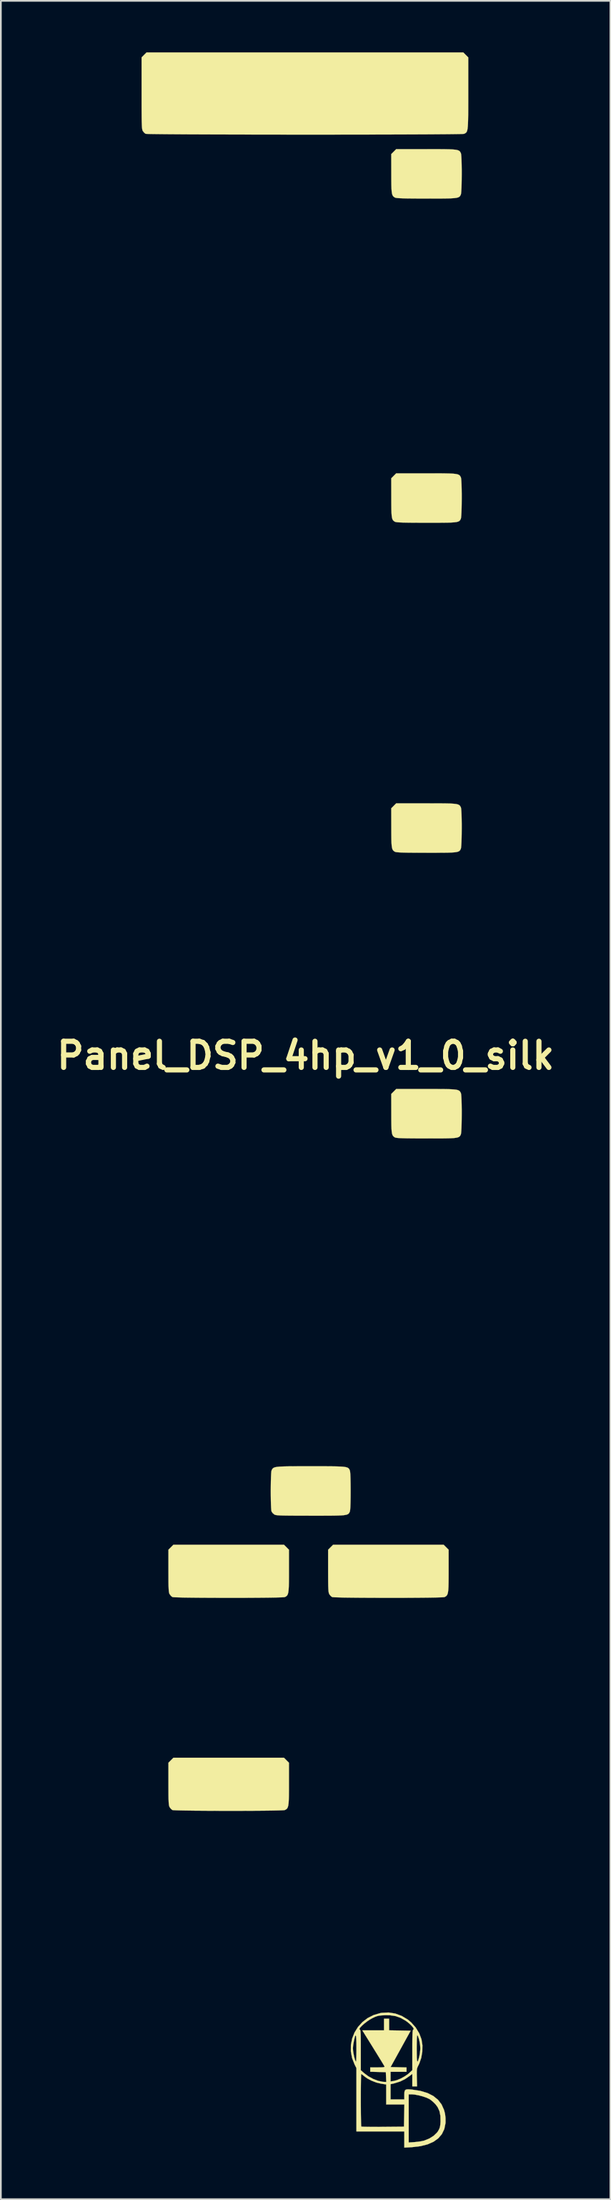
<source format=kicad_pcb>
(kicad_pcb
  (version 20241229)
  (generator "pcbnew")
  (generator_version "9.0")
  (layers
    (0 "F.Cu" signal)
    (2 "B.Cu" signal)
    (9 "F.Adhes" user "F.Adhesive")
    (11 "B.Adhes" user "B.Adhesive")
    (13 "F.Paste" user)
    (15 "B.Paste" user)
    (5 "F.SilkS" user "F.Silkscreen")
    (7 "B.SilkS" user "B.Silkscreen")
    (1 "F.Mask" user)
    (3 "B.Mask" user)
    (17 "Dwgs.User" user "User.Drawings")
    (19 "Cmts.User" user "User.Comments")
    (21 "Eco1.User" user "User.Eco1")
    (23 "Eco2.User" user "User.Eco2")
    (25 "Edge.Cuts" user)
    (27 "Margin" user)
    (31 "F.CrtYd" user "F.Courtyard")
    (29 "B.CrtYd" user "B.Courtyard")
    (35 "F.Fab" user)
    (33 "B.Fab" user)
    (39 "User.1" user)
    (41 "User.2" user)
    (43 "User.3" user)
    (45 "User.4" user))
  (footprint "Panel_DSP_4hp_v1_0_silk"
    (layer "F.Cu")
    (at 14.776 58.425)
    (property "Reference" "Panel_DSP_4hp_v1_0_silk" (at 0 0 0) (layer "F.SilkS") (effects (font (size 1.524 1.524) (thickness 0.3))))
    (attr through_hole)
    (fp_poly (pts (xy -0.974 28.778) (xy -0.974 30.014) (xy -0.974 30.398) (xy -0.977 30.706) (xy -0.984 30.948) (xy -0.995 31.133) (xy -1.014 31.27) (xy -1.04 31.368) (xy -1.076 31.436) (xy -1.123 31.483) (xy -1.182 31.519) (xy -1.215 31.535) (xy -1.276 31.543) (xy -1.413 31.551) (xy -1.618 31.557) (xy -1.883 31.563) (xy -2.201 31.568) (xy -2.562 31.572) (xy -2.96 31.575) (xy -3.385 31.578) (xy -3.831 31.579) (xy -4.288 31.58) (xy -4.748 31.579) (xy -5.205 31.578) (xy -5.648 31.576) (xy -6.071 31.574) (xy -6.465 31.57) (xy -6.823 31.566) (xy -7.135 31.561) (xy -7.394 31.554) (xy -7.592 31.548) (xy -7.721 31.54) (xy -7.772 31.532) (xy -7.856 31.465) (xy -7.93 31.37) (xy -7.951 31.326) (xy -7.967 31.266) (xy -7.98 31.18) (xy -7.989 31.058) (xy -7.995 30.891) (xy -7.999 30.669) (xy -8 30.381) (xy -8.001 30.019) (xy -8.001 28.778) (xy -7.857 28.634) (xy -7.713 28.49) (xy -1.262 28.49) (xy -0.974 28.778)) (stroke (width 0.01) (type solid)) (fill yes) (layer "F.SilkS"))
    (fp_poly (pts (xy -1.118 41.038) (xy -0.974 41.182) (xy -0.974 42.418) (xy -0.974 42.802) (xy -0.977 43.11) (xy -0.984 43.352) (xy -0.995 43.537) (xy -1.014 43.673) (xy -1.04 43.771) (xy -1.076 43.839) (xy -1.123 43.887) (xy -1.182 43.922) (xy -1.215 43.938) (xy -1.276 43.947) (xy -1.413 43.954) (xy -1.618 43.961) (xy -1.883 43.967) (xy -2.201 43.972) (xy -2.562 43.976) (xy -2.96 43.979) (xy -3.385 43.981) (xy -3.831 43.983) (xy -4.288 43.983) (xy -4.748 43.983) (xy -5.205 43.982) (xy -5.648 43.98) (xy -6.071 43.977) (xy -6.465 43.974) (xy -6.823 43.969) (xy -7.135 43.964) (xy -7.394 43.958) (xy -7.592 43.951) (xy -7.721 43.944) (xy -7.772 43.936) (xy -7.856 43.869) (xy -7.93 43.773) (xy -7.951 43.73) (xy -7.967 43.669) (xy -7.98 43.584) (xy -7.989 43.462) (xy -7.995 43.295) (xy -7.999 43.072) (xy -8 42.785) (xy -8.001 42.423) (xy -8.001 41.182) (xy -7.857 41.038) (xy -7.713 40.894) (xy -1.262 40.894) (xy -1.118 41.038)) (stroke (width 0.01) (type solid)) (fill yes) (layer "F.SilkS"))
    (fp_poly (pts (xy 8.196 28.634) (xy 8.34 28.778) (xy 8.34 30.014) (xy 8.339 30.398) (xy 8.336 30.706) (xy 8.33 30.948) (xy 8.318 31.133) (xy 8.3 31.27) (xy 8.273 31.368) (xy 8.237 31.436) (xy 8.191 31.483) (xy 8.131 31.519) (xy 8.098 31.535) (xy 8.038 31.543) (xy 7.901 31.551) (xy 7.696 31.557) (xy 7.43 31.563) (xy 7.113 31.568) (xy 6.751 31.572) (xy 6.353 31.575) (xy 5.928 31.578) (xy 5.483 31.579) (xy 5.026 31.58) (xy 4.565 31.579) (xy 4.109 31.578) (xy 3.665 31.576) (xy 3.242 31.574) (xy 2.848 31.57) (xy 2.491 31.566) (xy 2.178 31.561) (xy 1.919 31.554) (xy 1.721 31.548) (xy 1.592 31.54) (xy 1.542 31.532) (xy 1.457 31.465) (xy 1.383 31.37) (xy 1.362 31.326) (xy 1.346 31.266) (xy 1.334 31.18) (xy 1.325 31.058) (xy 1.318 30.891) (xy 1.315 30.669) (xy 1.313 30.381) (xy 1.312 30.019) (xy 1.312 28.778) (xy 1.456 28.634) (xy 1.6 28.49) (xy 8.052 28.49) (xy 8.196 28.634)) (stroke (width 0.01) (type solid)) (fill yes) (layer "F.SilkS"))
    (fp_poly (pts (xy 7.48 -52.789) (xy 7.856 -52.788) (xy 8.162 -52.785) (xy 8.407 -52.779) (xy 8.598 -52.769) (xy 8.742 -52.755) (xy 8.849 -52.735) (xy 8.924 -52.708) (xy 8.976 -52.674) (xy 9.012 -52.631) (xy 9.041 -52.58) (xy 9.056 -52.548) (xy 9.071 -52.471) (xy 9.083 -52.324) (xy 9.093 -52.121) (xy 9.099 -51.876) (xy 9.103 -51.604) (xy 9.103 -51.318) (xy 9.101 -51.035) (xy 9.096 -50.767) (xy 9.088 -50.528) (xy 9.077 -50.335) (xy 9.064 -50.199) (xy 9.051 -50.143) (xy 9.024 -50.088) (xy 8.993 -50.042) (xy 8.949 -50.005) (xy 8.886 -49.976) (xy 8.795 -49.954) (xy 8.669 -49.937) (xy 8.5 -49.926) (xy 8.28 -49.918) (xy 8.002 -49.914) (xy 7.658 -49.913) (xy 7.24 -49.912) (xy 7.04 -49.913) (xy 6.588 -49.913) (xy 6.214 -49.916) (xy 5.911 -49.919) (xy 5.672 -49.925) (xy 5.49 -49.932) (xy 5.359 -49.941) (xy 5.271 -49.952) (xy 5.219 -49.966) (xy 5.212 -49.97) (xy 5.151 -50.007) (xy 5.103 -50.051) (xy 5.066 -50.112) (xy 5.039 -50.198) (xy 5.02 -50.32) (xy 5.008 -50.488) (xy 5.001 -50.711) (xy 4.998 -50.999) (xy 4.997 -51.362) (xy 4.997 -51.365) (xy 4.995 -52.502) (xy 5.283 -52.79) (xy 7.027 -52.79) (xy 7.48 -52.789)) (stroke (width 0.01) (type solid)) (fill yes) (layer "F.SilkS"))
    (fp_poly (pts (xy 7.48 -33.909) (xy 7.856 -33.908) (xy 8.162 -33.904) (xy 8.407 -33.898) (xy 8.598 -33.889) (xy 8.742 -33.874) (xy 8.849 -33.854) (xy 8.924 -33.827) (xy 8.976 -33.793) (xy 9.012 -33.751) (xy 9.041 -33.699) (xy 9.056 -33.667) (xy 9.071 -33.59) (xy 9.083 -33.443) (xy 9.093 -33.24) (xy 9.099 -32.995) (xy 9.103 -32.723) (xy 9.103 -32.438) (xy 9.101 -32.154) (xy 9.096 -31.886) (xy 9.088 -31.648) (xy 9.077 -31.454) (xy 9.064 -31.319) (xy 9.051 -31.262) (xy 9.024 -31.207) (xy 8.993 -31.162) (xy 8.949 -31.125) (xy 8.886 -31.096) (xy 8.795 -31.073) (xy 8.669 -31.057) (xy 8.5 -31.045) (xy 8.28 -31.038) (xy 8.002 -31.034) (xy 7.658 -31.032) (xy 7.24 -31.032) (xy 7.04 -31.032) (xy 6.588 -31.033) (xy 6.214 -31.035) (xy 5.911 -31.039) (xy 5.672 -31.044) (xy 5.49 -31.051) (xy 5.359 -31.06) (xy 5.271 -31.072) (xy 5.219 -31.086) (xy 5.212 -31.089) (xy 5.151 -31.127) (xy 5.103 -31.171) (xy 5.066 -31.231) (xy 5.039 -31.317) (xy 5.02 -31.439) (xy 5.008 -31.607) (xy 5.001 -31.83) (xy 4.998 -32.118) (xy 4.997 -32.481) (xy 4.997 -32.484) (xy 4.995 -33.621) (xy 5.283 -33.909) (xy 7.027 -33.909) (xy 7.48 -33.909)) (stroke (width 0.01) (type solid)) (fill yes) (layer "F.SilkS"))
    (fp_poly (pts (xy 7.48 -14.689) (xy 7.856 -14.688) (xy 8.162 -14.685) (xy 8.407 -14.679) (xy 8.598 -14.669) (xy 8.742 -14.655) (xy 8.849 -14.635) (xy 8.924 -14.608) (xy 8.976 -14.574) (xy 9.012 -14.531) (xy 9.041 -14.48) (xy 9.056 -14.448) (xy 9.071 -14.371) (xy 9.083 -14.224) (xy 9.093 -14.021) (xy 9.099 -13.776) (xy 9.103 -13.504) (xy 9.103 -13.218) (xy 9.101 -12.935) (xy 9.096 -12.667) (xy 9.088 -12.428) (xy 9.077 -12.235) (xy 9.064 -12.099) (xy 9.051 -12.043) (xy 9.024 -11.988) (xy 8.993 -11.942) (xy 8.949 -11.905) (xy 8.886 -11.876) (xy 8.795 -11.854) (xy 8.669 -11.837) (xy 8.5 -11.826) (xy 8.28 -11.818) (xy 8.002 -11.814) (xy 7.658 -11.813) (xy 7.24 -11.812) (xy 7.04 -11.813) (xy 6.588 -11.813) (xy 6.214 -11.816) (xy 5.911 -11.819) (xy 5.672 -11.825) (xy 5.49 -11.832) (xy 5.359 -11.841) (xy 5.271 -11.852) (xy 5.219 -11.866) (xy 5.212 -11.87) (xy 5.151 -11.907) (xy 5.103 -11.951) (xy 5.066 -12.012) (xy 5.039 -12.098) (xy 5.02 -12.22) (xy 5.008 -12.388) (xy 5.001 -12.611) (xy 4.998 -12.899) (xy 4.997 -13.262) (xy 4.997 -13.265) (xy 4.995 -14.402) (xy 5.139 -14.546) (xy 5.283 -14.69) (xy 7.027 -14.69) (xy 7.48 -14.689)) (stroke (width 0.01) (type solid)) (fill yes) (layer "F.SilkS"))
    (fp_poly (pts (xy 7.48 1.948) (xy 7.856 1.949) (xy 8.162 1.952) (xy 8.407 1.958) (xy 8.598 1.968) (xy 8.742 1.982) (xy 8.849 2.002) (xy 8.924 2.029) (xy 8.976 2.063) (xy 9.012 2.106) (xy 9.041 2.157) (xy 9.056 2.189) (xy 9.071 2.266) (xy 9.083 2.413) (xy 9.093 2.616) (xy 9.099 2.861) (xy 9.103 3.133) (xy 9.103 3.419) (xy 9.101 3.702) (xy 9.096 3.97) (xy 9.088 4.209) (xy 9.077 4.402) (xy 9.064 4.538) (xy 9.051 4.594) (xy 9.024 4.649) (xy 8.993 4.695) (xy 8.949 4.732) (xy 8.886 4.761) (xy 8.795 4.783) (xy 8.669 4.8) (xy 8.5 4.811) (xy 8.28 4.819) (xy 8.002 4.823) (xy 7.658 4.824) (xy 7.24 4.825) (xy 7.04 4.824) (xy 6.588 4.824) (xy 6.214 4.821) (xy 5.911 4.818) (xy 5.672 4.812) (xy 5.49 4.805) (xy 5.359 4.796) (xy 5.271 4.785) (xy 5.219 4.771) (xy 5.212 4.767) (xy 5.151 4.73) (xy 5.103 4.686) (xy 5.066 4.625) (xy 5.039 4.539) (xy 5.02 4.417) (xy 5.008 4.249) (xy 5.001 4.026) (xy 4.998 3.738) (xy 4.997 3.375) (xy 4.997 3.372) (xy 4.995 2.235) (xy 5.139 2.091) (xy 5.283 1.947) (xy 7.027 1.947) (xy 7.48 1.948)) (stroke (width 0.01) (type solid)) (fill yes) (layer "F.SilkS"))
    (fp_poly (pts (xy 9.339 -58.276) (xy 9.483 -58.132) (xy 9.483 -56.05) (xy 9.483 -55.555) (xy 9.482 -55.139) (xy 9.48 -54.793) (xy 9.475 -54.511) (xy 9.468 -54.285) (xy 9.458 -54.109) (xy 9.443 -53.975) (xy 9.423 -53.877) (xy 9.398 -53.808) (xy 9.366 -53.76) (xy 9.327 -53.726) (xy 9.28 -53.7) (xy 9.241 -53.682) (xy 9.188 -53.677) (xy 9.055 -53.672) (xy 8.847 -53.668) (xy 8.569 -53.664) (xy 8.224 -53.66) (xy 7.819 -53.657) (xy 7.357 -53.653) (xy 6.844 -53.65) (xy 6.284 -53.648) (xy 5.681 -53.645) (xy 5.042 -53.643) (xy 4.369 -53.641) (xy 3.668 -53.64) (xy 2.944 -53.639) (xy 2.202 -53.638) (xy 1.445 -53.637) (xy 0.68 -53.637) (xy -0.09 -53.637) (xy -0.86 -53.637) (xy -1.625 -53.638) (xy -2.38 -53.639) (xy -3.121 -53.64) (xy -3.843 -53.641) (xy -4.54 -53.643) (xy -5.21 -53.645) (xy -5.846 -53.647) (xy -6.444 -53.65) (xy -6.999 -53.652) (xy -7.507 -53.656) (xy -7.963 -53.659) (xy -8.362 -53.663) (xy -8.699 -53.667) (xy -8.97 -53.671) (xy -9.17 -53.675) (xy -9.295 -53.68) (xy -9.338 -53.685) (xy -9.422 -53.752) (xy -9.497 -53.847) (xy -9.513 -53.881) (xy -9.526 -53.929) (xy -9.538 -53.997) (xy -9.547 -54.093) (xy -9.553 -54.224) (xy -9.559 -54.398) (xy -9.563 -54.621) (xy -9.565 -54.902) (xy -9.567 -55.246) (xy -9.567 -55.663) (xy -9.567 -56.05) (xy -9.567 -58.132) (xy -9.279 -58.42) (xy -0.042 -58.42) (xy 9.195 -58.42) (xy 9.339 -58.276)) (stroke (width 0.01) (type solid)) (fill yes) (layer "F.SilkS"))
    (fp_poly (pts (xy 0.78 23.918) (xy 1.187 23.919) (xy 1.523 23.922) (xy 1.796 23.926) (xy 2.013 23.934) (xy 2.182 23.945) (xy 2.308 23.961) (xy 2.4 23.982) (xy 2.465 24.01) (xy 2.51 24.044) (xy 2.542 24.086) (xy 2.567 24.136) (xy 2.579 24.16) (xy 2.594 24.239) (xy 2.607 24.398) (xy 2.616 24.632) (xy 2.622 24.936) (xy 2.625 25.306) (xy 2.625 25.358) (xy 2.623 25.735) (xy 2.617 26.048) (xy 2.608 26.291) (xy 2.596 26.46) (xy 2.581 26.55) (xy 2.579 26.555) (xy 2.553 26.609) (xy 2.525 26.654) (xy 2.487 26.691) (xy 2.432 26.722) (xy 2.353 26.745) (xy 2.243 26.764) (xy 2.094 26.777) (xy 1.9 26.786) (xy 1.652 26.792) (xy 1.345 26.795) (xy 0.971 26.796) (xy 0.523 26.796) (xy 0.29 26.796) (xy -0.179 26.795) (xy -0.571 26.794) (xy -0.893 26.792) (xy -1.152 26.789) (xy -1.356 26.785) (xy -1.513 26.779) (xy -1.629 26.771) (xy -1.713 26.761) (xy -1.771 26.749) (xy -1.811 26.734) (xy -1.828 26.725) (xy -1.925 26.641) (xy -1.986 26.554) (xy -2.001 26.48) (xy -2.013 26.335) (xy -2.022 26.134) (xy -2.028 25.891) (xy -2.032 25.621) (xy -2.033 25.337) (xy -2.031 25.055) (xy -2.027 24.788) (xy -2.02 24.55) (xy -2.011 24.356) (xy -1.999 24.22) (xy -1.986 24.16) (xy -1.96 24.106) (xy -1.932 24.061) (xy -1.894 24.024) (xy -1.839 23.994) (xy -1.76 23.97) (xy -1.649 23.952) (xy -1.5 23.938) (xy -1.305 23.929) (xy -1.057 23.923) (xy -0.749 23.92) (xy -0.374 23.919) (xy 0.075 23.918) (xy 0.296 23.918) (xy 0.78 23.918)) (stroke (width 0.01) (type solid)) (fill yes) (layer "F.SilkS"))
    (fp_poly (pts (xy 5.228 55.791) (xy 5.604 55.929) (xy 5.955 56.139) (xy 6.156 56.307) (xy 6.421 56.606) (xy 6.627 56.946) (xy 6.757 57.293) (xy 6.811 57.634) (xy 6.805 58.002) (xy 6.743 58.368) (xy 6.628 58.702) (xy 6.579 58.801) (xy 6.534 58.89) (xy 6.504 58.971) (xy 6.487 59.066) (xy 6.481 59.193) (xy 6.482 59.373) (xy 6.485 59.513) (xy 6.498 60.029) (xy 6.361 60.029) (xy 6.223 60.029) (xy 6.223 59.302) (xy 6.064 59.425) (xy 5.793 59.61) (xy 5.512 59.747) (xy 5.19 59.849) (xy 5.069 59.878) (xy 4.953 59.903) (xy 4.953 60.791) (xy 5.757 60.791) (xy 5.757 60.518) (xy 5.758 60.494) (xy 6.011 60.494) (xy 6.011 63.3) (xy 6.361 63.276) (xy 6.558 63.256) (xy 6.754 63.226) (xy 6.909 63.191) (xy 6.921 63.187) (xy 7.217 63.067) (xy 7.471 62.907) (xy 7.665 62.719) (xy 7.724 62.636) (xy 7.792 62.514) (xy 7.833 62.4) (xy 7.856 62.263) (xy 7.868 62.079) (xy 7.861 61.747) (xy 7.806 61.473) (xy 7.698 61.238) (xy 7.574 61.072) (xy 7.445 60.943) (xy 7.302 60.824) (xy 7.221 60.769) (xy 7.053 60.691) (xy 6.832 60.615) (xy 6.592 60.552) (xy 6.365 60.509) (xy 6.195 60.494) (xy 6.011 60.494) (xy 5.758 60.494) (xy 5.762 60.368) (xy 5.787 60.271) (xy 5.846 60.22) (xy 5.954 60.203) (xy 6.125 60.211) (xy 6.214 60.22) (xy 6.692 60.295) (xy 7.102 60.417) (xy 7.443 60.589) (xy 7.718 60.811) (xy 7.928 61.083) (xy 8.073 61.407) (xy 8.13 61.63) (xy 8.158 61.866) (xy 8.16 62.116) (xy 8.156 62.177) (xy 8.087 62.517) (xy 7.946 62.81) (xy 7.736 63.057) (xy 7.457 63.257) (xy 7.108 63.409) (xy 6.691 63.514) (xy 6.206 63.571) (xy 6.191 63.572) (xy 5.757 63.597) (xy 5.757 62.653) (xy 2.963 62.653) (xy 2.963 60.726) (xy 3.218 60.726) (xy 3.218 61.037) (xy 3.22 61.341) (xy 3.222 61.627) (xy 3.226 61.882) (xy 3.23 62.095) (xy 3.235 62.255) (xy 3.242 62.35) (xy 3.246 62.372) (xy 3.294 62.379) (xy 3.416 62.384) (xy 3.601 62.388) (xy 3.838 62.391) (xy 4.117 62.391) (xy 4.425 62.39) (xy 4.506 62.389) (xy 5.736 62.378) (xy 5.76 61.087) (xy 4.699 61.087) (xy 4.699 59.92) (xy 4.406 59.874) (xy 4.129 59.808) (xy 3.848 59.701) (xy 3.594 59.568) (xy 3.421 59.442) (xy 3.327 59.364) (xy 3.26 59.316) (xy 3.243 59.309) (xy 3.237 59.349) (xy 3.231 59.463) (xy 3.226 59.638) (xy 3.223 59.864) (xy 3.22 60.128) (xy 3.218 60.419) (xy 3.218 60.726) (xy 2.963 60.726) (xy 2.963 58.968) (xy 2.857 58.758) (xy 2.708 58.377) (xy 2.638 57.992) (xy 2.64 57.807) (xy 2.758 57.807) (xy 2.767 57.961) (xy 2.785 58.081) (xy 2.826 58.287) (xy 2.869 58.45) (xy 2.909 58.555) (xy 2.941 58.589) (xy 2.948 58.549) (xy 2.954 58.437) (xy 2.959 58.267) (xy 2.962 58.052) (xy 2.963 57.804) (xy 2.963 57.798) (xy 2.961 57.49) (xy 2.954 57.265) (xy 2.942 57.122) (xy 2.923 57.059) (xy 2.898 57.076) (xy 2.866 57.171) (xy 2.826 57.342) (xy 2.805 57.445) (xy 2.77 57.648) (xy 2.758 57.807) (xy 2.64 57.807) (xy 2.642 57.609) (xy 2.716 57.239) (xy 2.855 56.89) (xy 2.967 56.711) (xy 3.135 56.711) (xy 3.15 56.719) (xy 3.17 56.731) (xy 3.186 56.764) (xy 3.198 56.828) (xy 3.206 56.93) (xy 3.212 57.081) (xy 3.215 57.289) (xy 3.217 57.564) (xy 3.217 57.912) (xy 3.217 59.09) (xy 3.418 59.267) (xy 3.664 59.449) (xy 3.944 59.601) (xy 4.234 59.71) (xy 4.506 59.767) (xy 4.585 59.772) (xy 4.703 59.775) (xy 4.69 59.489) (xy 4.678 59.203) (xy 4.223 59.191) (xy 3.768 59.179) (xy 3.768 58.928) (xy 4.196 58.928) (xy 4.395 58.926) (xy 4.522 58.918) (xy 4.588 58.902) (xy 4.604 58.878) (xy 4.602 58.872) (xy 4.575 58.823) (xy 4.509 58.712) (xy 4.41 58.548) (xy 4.283 58.342) (xy 4.135 58.102) (xy 3.972 57.839) (xy 3.944 57.793) (xy 3.307 56.769) (xy 4.572 56.769) (xy 4.572 56.092) (xy 4.868 56.092) (xy 4.868 56.767) (xy 6.124 56.79) (xy 5.54 57.849) (xy 4.955 58.907) (xy 5.42 58.919) (xy 5.884 58.931) (xy 5.884 59.182) (xy 4.953 59.182) (xy 4.953 59.743) (xy 5.122 59.721) (xy 5.321 59.67) (xy 5.55 59.575) (xy 5.779 59.449) (xy 5.978 59.31) (xy 6.03 59.265) (xy 6.223 59.087) (xy 6.223 57.91) (xy 6.223 57.827) (xy 6.477 57.827) (xy 6.479 58.134) (xy 6.484 58.36) (xy 6.495 58.507) (xy 6.511 58.58) (xy 6.534 58.582) (xy 6.565 58.515) (xy 6.605 58.384) (xy 6.623 58.316) (xy 6.661 58.122) (xy 6.685 57.909) (xy 6.689 57.805) (xy 6.678 57.635) (xy 6.649 57.448) (xy 6.608 57.27) (xy 6.561 57.127) (xy 6.515 57.046) (xy 6.502 57.072) (xy 6.491 57.175) (xy 6.483 57.347) (xy 6.478 57.58) (xy 6.477 57.827) (xy 6.223 57.827) (xy 6.223 57.56) (xy 6.225 57.286) (xy 6.229 57.078) (xy 6.235 56.927) (xy 6.243 56.826) (xy 6.255 56.763) (xy 6.271 56.73) (xy 6.289 56.719) (xy 6.308 56.685) (xy 6.271 56.612) (xy 6.19 56.512) (xy 6.076 56.399) (xy 5.941 56.285) (xy 5.83 56.205) (xy 5.54 56.041) (xy 5.247 55.938) (xy 4.928 55.89) (xy 4.632 55.887) (xy 4.426 55.897) (xy 4.275 55.914) (xy 4.15 55.945) (xy 4.019 55.996) (xy 3.887 56.06) (xy 3.739 56.143) (xy 3.585 56.248) (xy 3.437 56.362) (xy 3.306 56.477) (xy 3.204 56.58) (xy 3.143 56.662) (xy 3.135 56.711) (xy 2.967 56.711) (xy 3.055 56.57) (xy 3.31 56.289) (xy 3.617 56.054) (xy 3.971 55.876) (xy 4.367 55.761) (xy 4.446 55.748) (xy 4.838 55.729) (xy 5.228 55.791)) (stroke (width 0.01) (type solid)) (fill yes) (layer "F.SilkS")))
  (gr_rect
    (start -3 -3)
    (end 32.551 125.027)
    (stroke (width 0.1) (type default))
    (fill no)
    (layer "Edge.Cuts")))
</source>
